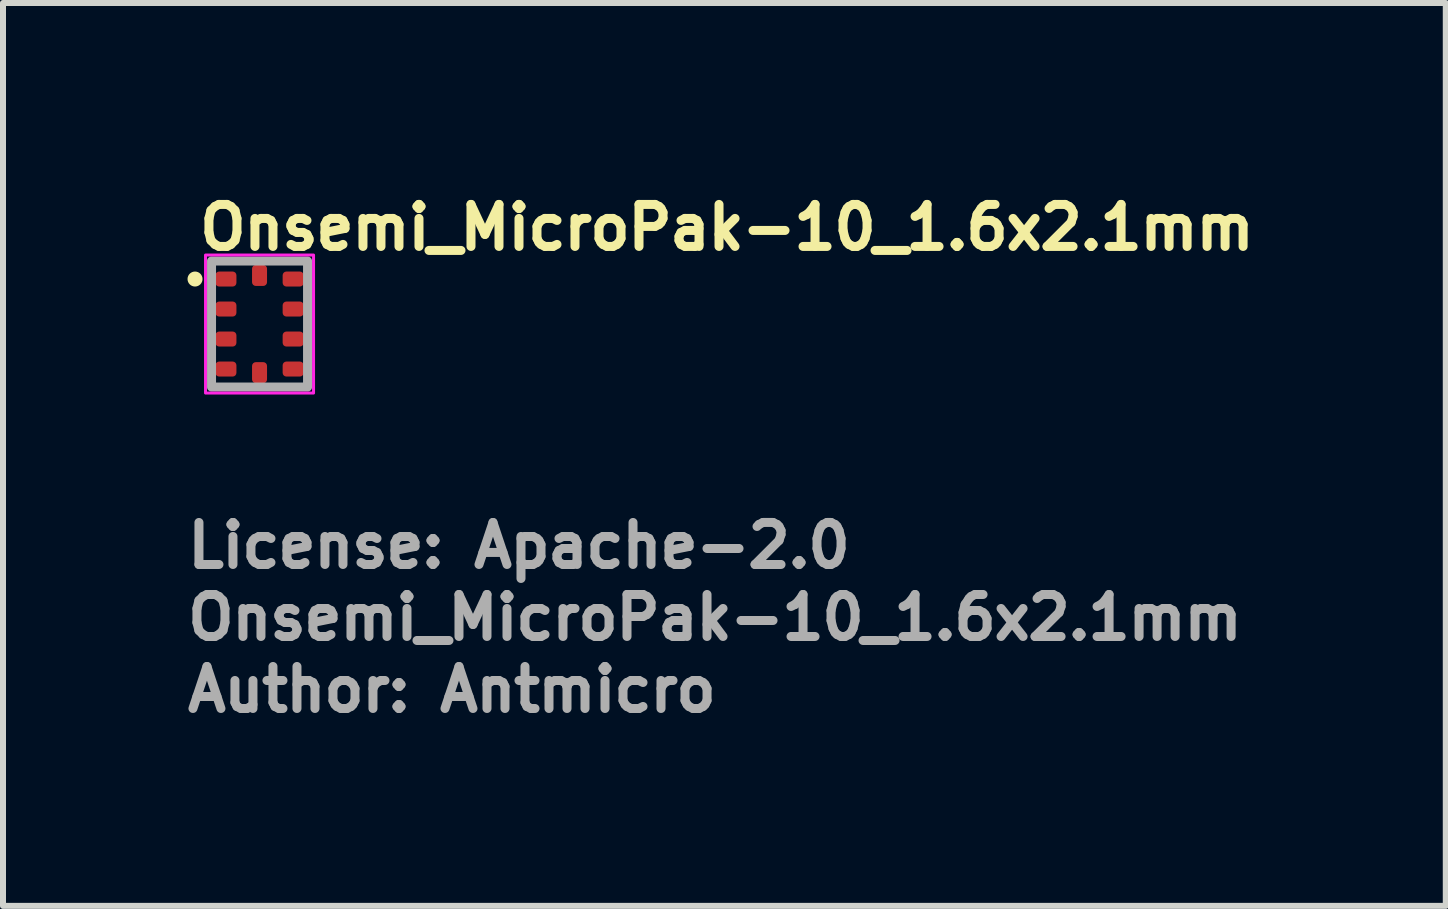
<source format=kicad_pcb>
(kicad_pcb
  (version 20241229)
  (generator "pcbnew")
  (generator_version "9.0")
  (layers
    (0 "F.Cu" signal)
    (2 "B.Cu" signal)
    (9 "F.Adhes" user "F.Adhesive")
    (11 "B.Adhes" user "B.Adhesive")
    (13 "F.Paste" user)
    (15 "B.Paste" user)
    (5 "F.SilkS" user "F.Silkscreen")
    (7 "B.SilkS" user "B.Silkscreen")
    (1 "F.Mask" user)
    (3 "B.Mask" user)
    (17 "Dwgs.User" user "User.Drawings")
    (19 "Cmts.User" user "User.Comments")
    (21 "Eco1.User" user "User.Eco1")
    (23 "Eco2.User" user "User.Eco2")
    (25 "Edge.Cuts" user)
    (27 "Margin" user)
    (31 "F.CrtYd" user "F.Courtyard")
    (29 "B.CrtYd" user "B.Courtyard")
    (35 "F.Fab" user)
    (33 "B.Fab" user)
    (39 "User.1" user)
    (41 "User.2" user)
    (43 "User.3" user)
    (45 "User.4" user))
  (footprint "Onsemi_MicroPak-10_1.6x2.1mm"
    (layer "F.Cu")
    (at 1.275 2.35)
    (property "Reference" "Onsemi_MicroPak-10_1.6x2.1mm" (at -1.075 -1.2 0) (layer "F.SilkS") (effects (font (size 0.7 0.7) (thickness 0.15)) (justify left bottom)))
    (attr smd)
    (fp_circle (center -1.075 -0.75) (end -1.025 -0.75) (stroke (width 0.15) (type solid)) (fill yes) (layer "F.SilkS"))
    (fp_rect (start -0.9 -1.15) (end 0.9 1.15) (stroke (width 0.05) (type solid)) (fill no) (layer "F.CrtYd"))
    (fp_rect (start -0.8 -1.05) (end 0.8 1.05) (stroke (width 0.15) (type solid)) (fill no) (layer "F.Fab"))
    (fp_rect (start -0.8 -1.05) (end 0.8 1.05) (stroke (width 0.1) (type solid)) (fill no) (layer "User.5"))
    (fp_line (start -0.8 -1.05) (end 0.8 -1.05) (stroke (width 0.02) (type solid)) (layer "User.9"))
    (fp_line (start -0.8 1.05) (end -0.8 -1.05) (stroke (width 0.02) (type solid)) (layer "User.9"))
    (fp_line (start 0.8 -1.05) (end 0.8 1.05) (stroke (width 0.02) (type solid)) (layer "User.9"))
    (fp_line (start 0.8 1.05) (end -0.8 1.05) (stroke (width 0.02) (type solid)) (layer "User.9"))
    (fp_text user "License: Apache-2.0" (at -1.275 4.1 0) (layer "F.Fab") (effects (font (size 0.7 0.7) (thickness 0.15)) (justify left bottom)))
    (fp_text user "${REFERENCE}" (at -1.275 5.3 0) (layer "F.Fab") (effects (font (size 0.7 0.7) (thickness 0.15)) (justify left bottom)))
    (fp_text user "Author: Antmicro" (at -1.275 6.5 0) (layer "F.Fab") (effects (font (size 0.7 0.7) (thickness 0.15)) (justify left bottom)))
    (pad "1" smd roundrect (at -0.56 -0.75 270) (size 0.25 0.35) (layers "F.Cu" "F.Mask" "F.Paste") (roundrect_rratio 0.25))
    (pad "2" smd roundrect (at -0.56 -0.25 270) (size 0.25 0.35) (layers "F.Cu" "F.Mask" "F.Paste") (roundrect_rratio 0.25))
    (pad "3" smd roundrect (at -0.56 0.25 270) (size 0.25 0.35) (layers "F.Cu" "F.Mask" "F.Paste") (roundrect_rratio 0.25))
    (pad "4" smd roundrect (at -0.56 0.75 270) (size 0.25 0.35) (layers "F.Cu" "F.Mask" "F.Paste") (roundrect_rratio 0.25))
    (pad "5" smd roundrect (at 0 0.81) (size 0.25 0.35) (layers "F.Cu" "F.Mask" "F.Paste") (roundrect_rratio 0.25))
    (pad "6" smd roundrect (at 0.56 0.75 270) (size 0.25 0.35) (layers "F.Cu" "F.Mask" "F.Paste") (roundrect_rratio 0.25))
    (pad "7" smd roundrect (at 0.56 0.25 270) (size 0.25 0.35) (layers "F.Cu" "F.Mask" "F.Paste") (roundrect_rratio 0.25))
    (pad "8" smd roundrect (at 0.56 -0.25 270) (size 0.25 0.35) (layers "F.Cu" "F.Mask" "F.Paste") (roundrect_rratio 0.25))
    (pad "9" smd roundrect (at 0.56 -0.75 270) (size 0.25 0.35) (layers "F.Cu" "F.Mask" "F.Paste") (roundrect_rratio 0.25))
    (pad "10" smd roundrect (at 0 -0.81) (size 0.25 0.35) (layers "F.Cu" "F.Mask" "F.Paste") (roundrect_rratio 0.25)))
  (gr_rect
    (start -3 -3)
    (end 21.043 12.046)
    (stroke (width 0.1) (type default))
    (fill no)
    (layer "Edge.Cuts")))
</source>
